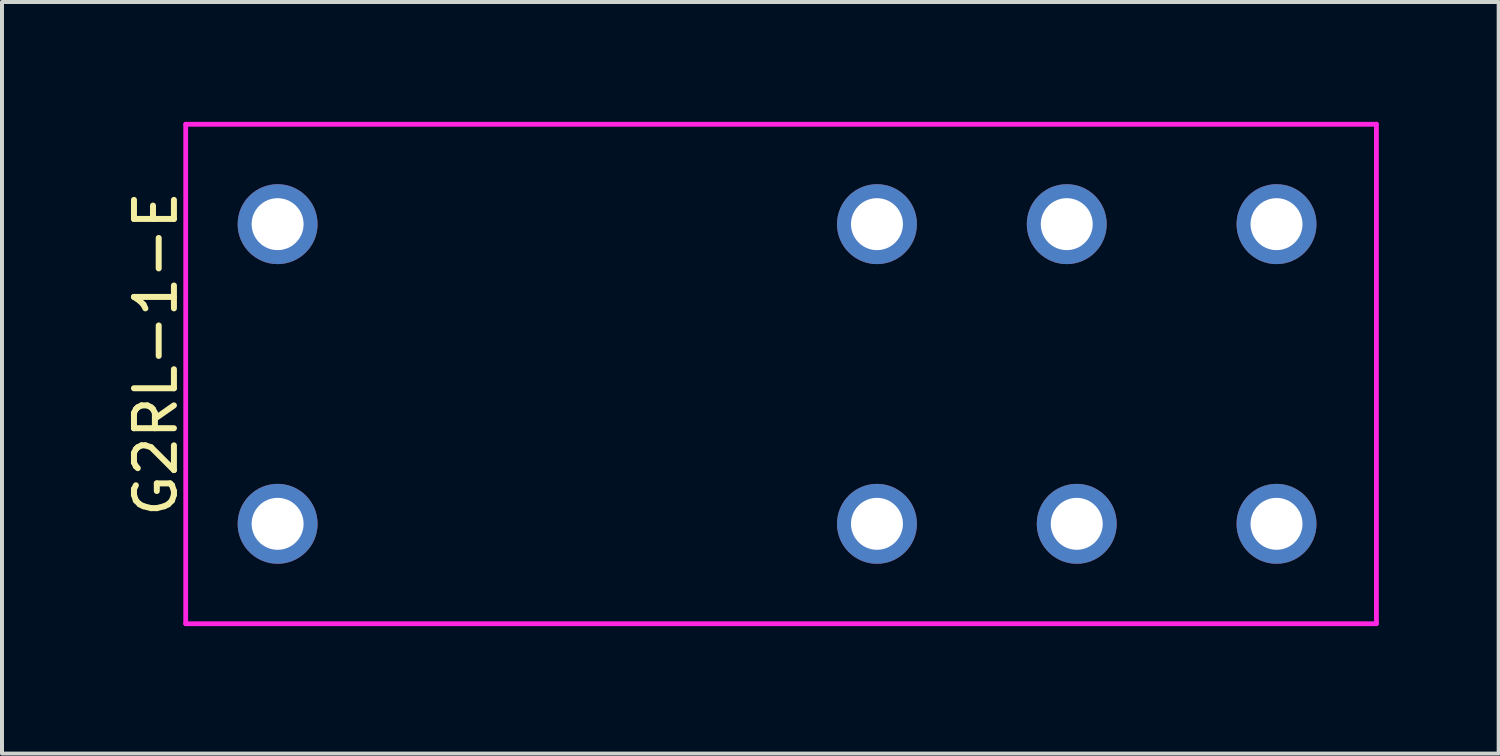
<source format=kicad_pcb>
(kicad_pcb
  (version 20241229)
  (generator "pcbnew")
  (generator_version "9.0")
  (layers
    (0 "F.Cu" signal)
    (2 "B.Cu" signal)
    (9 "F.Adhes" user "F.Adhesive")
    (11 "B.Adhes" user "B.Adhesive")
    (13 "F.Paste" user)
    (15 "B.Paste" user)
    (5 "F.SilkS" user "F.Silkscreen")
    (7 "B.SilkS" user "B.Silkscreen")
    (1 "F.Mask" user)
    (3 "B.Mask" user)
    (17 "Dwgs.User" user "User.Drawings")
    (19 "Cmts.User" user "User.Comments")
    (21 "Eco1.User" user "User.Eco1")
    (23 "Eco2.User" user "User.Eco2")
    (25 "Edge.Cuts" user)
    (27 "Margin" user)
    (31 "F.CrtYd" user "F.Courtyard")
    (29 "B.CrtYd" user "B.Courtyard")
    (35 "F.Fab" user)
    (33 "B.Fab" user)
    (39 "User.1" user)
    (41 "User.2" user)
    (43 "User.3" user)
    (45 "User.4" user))
  (footprint "G2RL-1-E"
    (layer "F.Cu")
    (at 1.598 12.56)
    (property "Reference" "G2RL-1-E" (at -0.75 -6.75 90) (layer "F.SilkS") (effects (font (size 1 1) (thickness 0.15))))
    (attr through_hole)
    (fp_line (start 0 -12.5) (end 29.8 -12.5) (stroke (width 0.12) (type solid)) (layer "F.CrtYd"))
    (fp_line (start 0 0) (end 0 -12.5) (stroke (width 0.12) (type solid)) (layer "F.CrtYd"))
    (fp_line (start 29.8 -12.5) (end 29.8 0) (stroke (width 0.12) (type solid)) (layer "F.CrtYd"))
    (fp_line (start 29.8 0) (end 0 0) (stroke (width 0.12) (type solid)) (layer "F.CrtYd"))
    (pad "1" thru_hole circle (at 2.3 -10) (size 2 2) (drill 1.3) (layers "*.Cu" "*.Mask"))
    (pad "2" thru_hole circle (at 17.3 -10) (size 2 2) (drill 1.3) (layers "*.Cu" "*.Mask"))
    (pad "3" thru_hole circle (at 22.05 -10) (size 2 2) (drill 1.3) (layers "*.Cu" "*.Mask"))
    (pad "4" thru_hole circle (at 27.3 -10) (size 2 2) (drill 1.3) (layers "*.Cu" "*.Mask"))
    (pad "5" thru_hole circle (at 27.3 -2.5) (size 2 2) (drill 1.3) (layers "*.Cu" "*.Mask"))
    (pad "6" thru_hole circle (at 22.3 -2.5) (size 2 2) (drill 1.3) (layers "*.Cu" "*.Mask"))
    (pad "7" thru_hole circle (at 17.3 -2.5) (size 2 2) (drill 1.3) (layers "*.Cu" "*.Mask"))
    (pad "8" thru_hole circle (at 2.3 -2.5) (size 2 2) (drill 1.3) (layers "*.Cu" "*.Mask")))
  (gr_rect
    (start -3 -3)
    (end 34.458 15.81)
    (stroke (width 0.1) (type default))
    (fill no)
    (layer "Edge.Cuts")))
</source>
